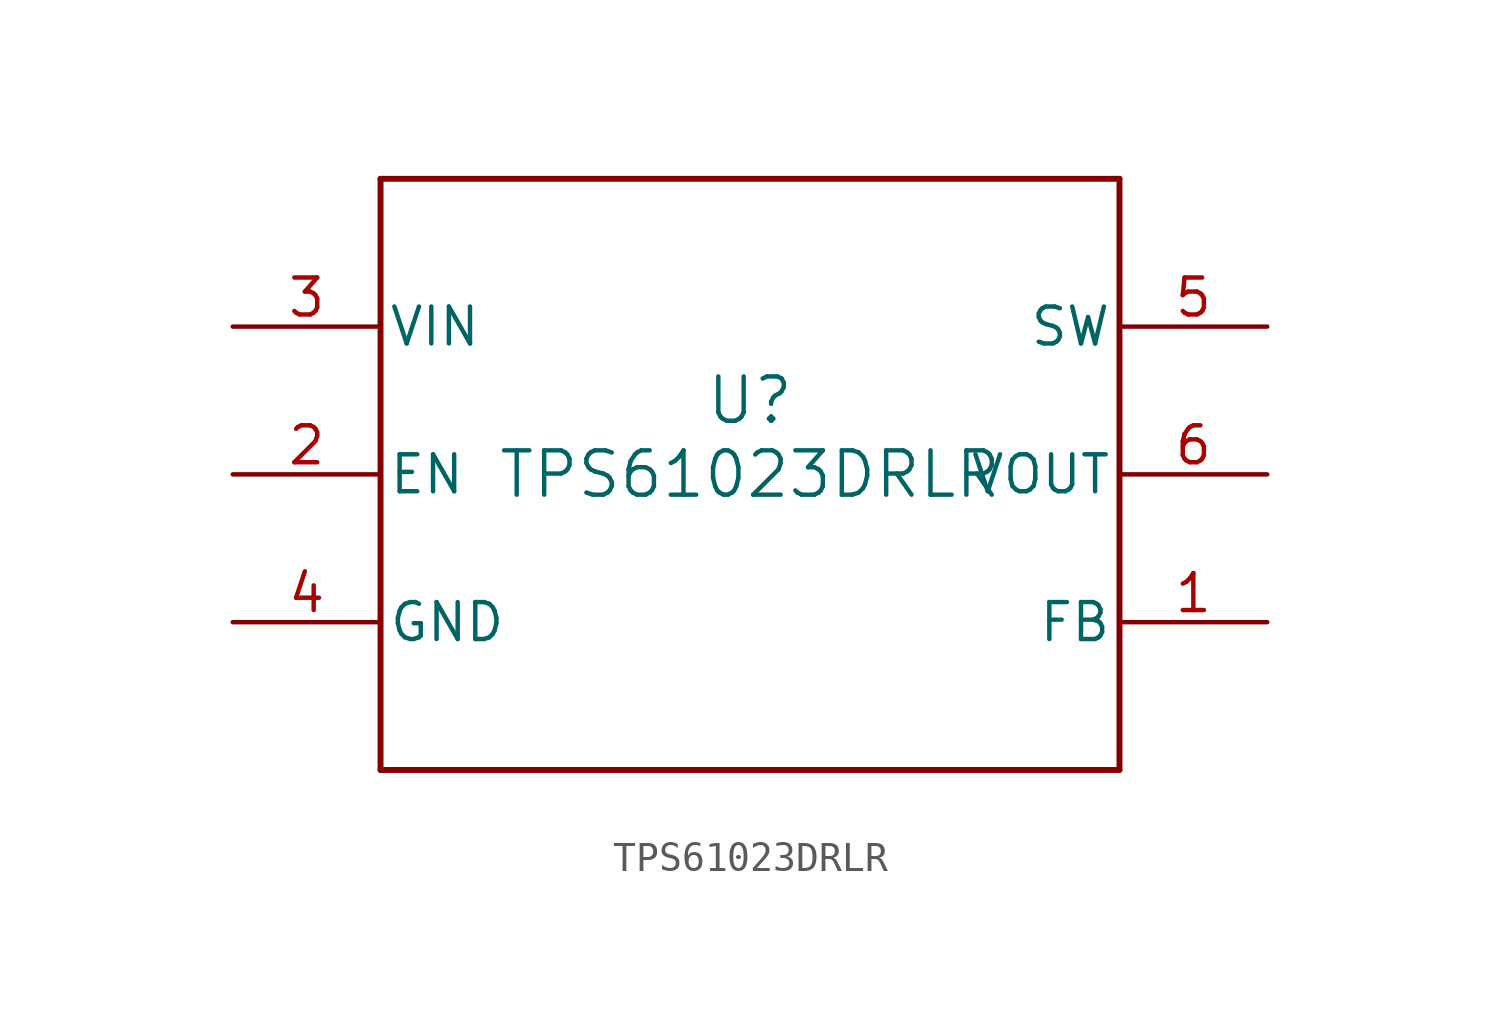
<source format=kicad_sym>
(kicad_symbol_lib
  (version 20220914)
  (generator kicad_symbol_editor)
  (symbol "TPS61023DRLR"
    (pin_names
      (offset 0.254))
    (property "Reference" "U"
      (at 0 2.54 0)
      (effects (font (size 1.524 1.524))))
    (property "Value" "TPS61023DRLR"
      (at 0 0 0)
      (effects (font (size 1.524 1.524))))
    (property "ki_locked" ""
      (at 0 0 0)
      (effects (font (size 1.27 1.27))))
    (symbol "TPS61023DRLR_0_1"
      (polyline (pts (xy -12.7 -10.16) (xy 12.7 -10.16)) (stroke (width 0.203) (type default)) (fill (type none)))
      (polyline (pts (xy -12.7 10.16) (xy -12.7 -10.16)) (stroke (width 0.203) (type default)) (fill (type none)))
      (polyline (pts (xy 12.7 -10.16) (xy 12.7 10.16)) (stroke (width 0.203) (type default)) (fill (type none)))
      (polyline (pts (xy 12.7 10.16) (xy -12.7 10.16)) (stroke (width 0.203) (type default)) (fill (type none)))
      (pin input line (at 17.78 -5.08 180) (length 5.08) (name "FB" (effects (font (size 1.27 1.27)))) (number "1" (effects (font (size 1.27 1.27)))))
      (pin input line (at -17.78 0 0) (length 5.08) (name "EN" (effects (font (size 1.27 1.27)))) (number "2" (effects (font (size 1.27 1.27)))))
      (pin power_in line (at -17.78 5.08 0) (length 5.08) (name "VIN" (effects (font (size 1.27 1.27)))) (number "3" (effects (font (size 1.27 1.27)))))
      (pin power_in line (at -17.78 -5.08 0) (length 5.08) (name "GND" (effects (font (size 1.27 1.27)))) (number "4" (effects (font (size 1.27 1.27)))))
      (pin power_in line (at 17.78 5.08 180) (length 5.08) (name "SW" (effects (font (size 1.27 1.27)))) (number "5" (effects (font (size 1.27 1.27)))))
      (pin power_in line (at 17.78 0 180) (length 5.08) (name "VOUT" (effects (font (size 1.27 1.27)))) (number "6" (effects (font (size 1.27 1.27))))))))
</source>
